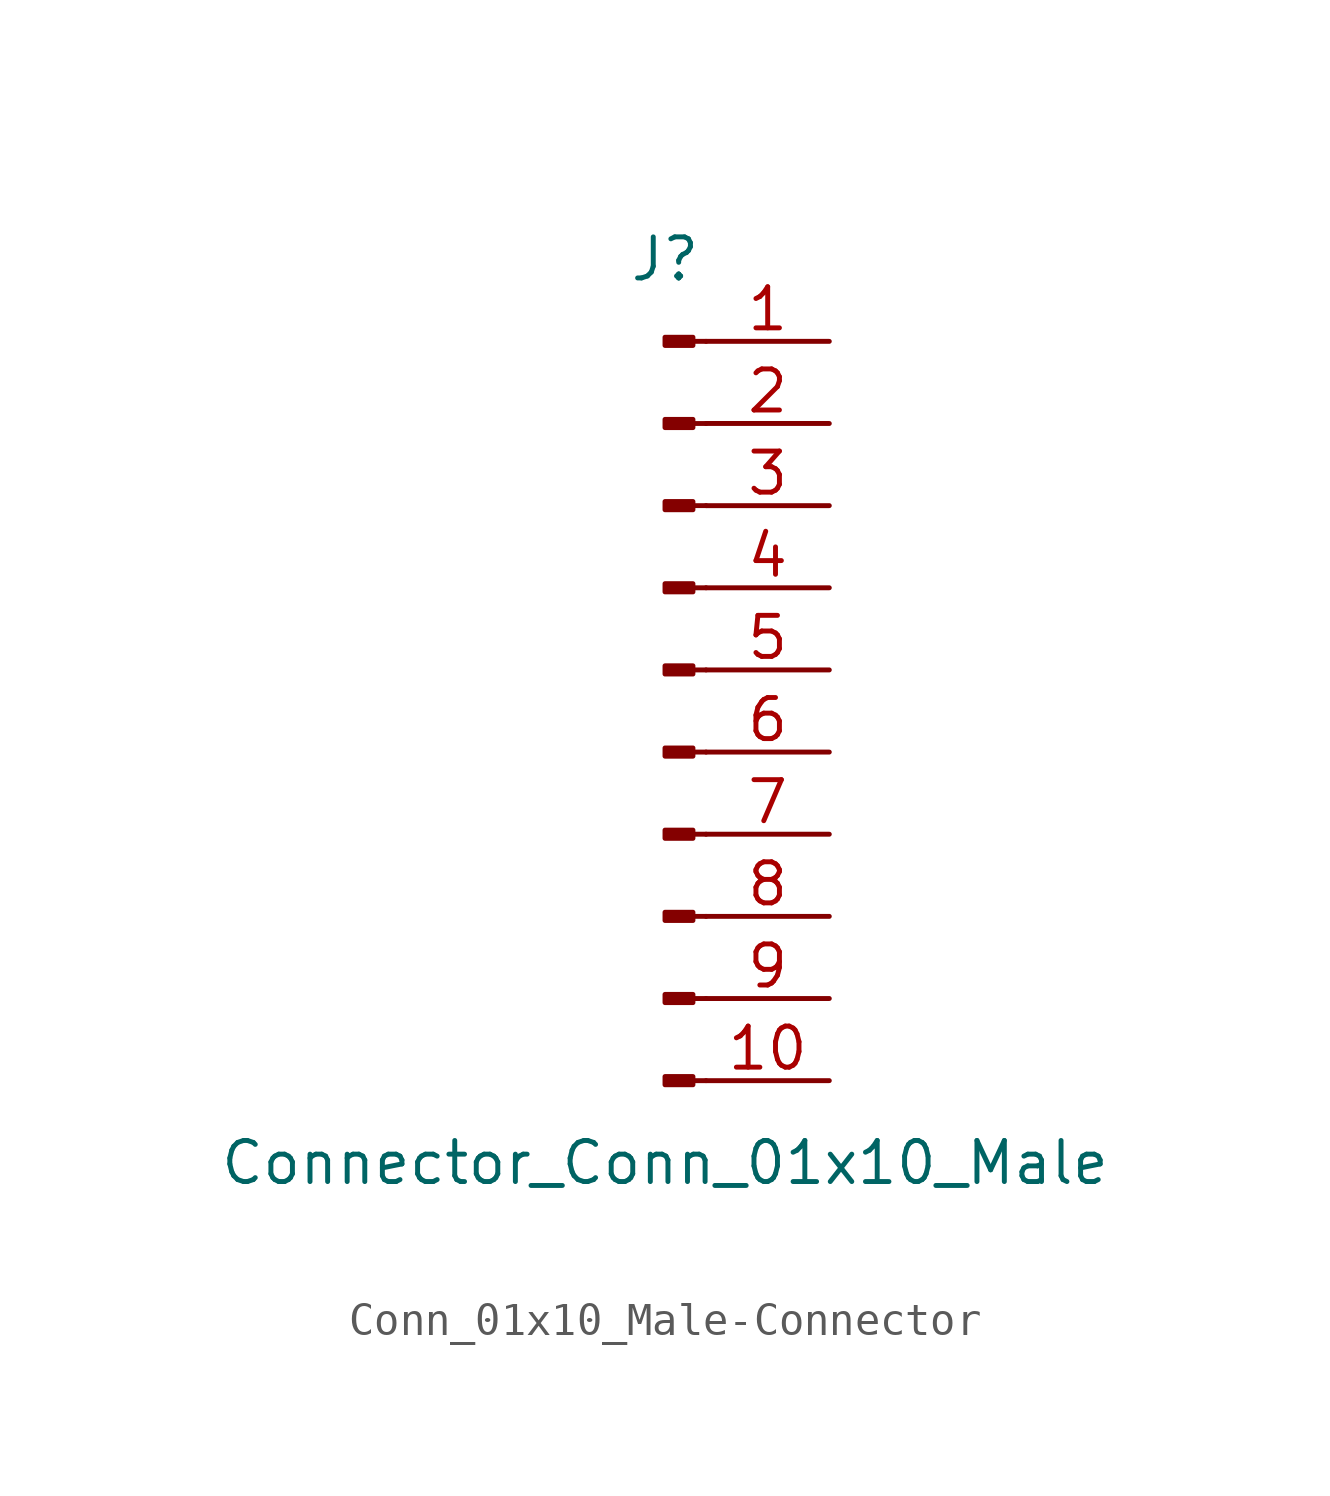
<source format=kicad_sym>
(kicad_symbol_lib
  (version 20220914)
  (generator kicad_symbol_editor)
  (symbol "Conn_01x10_Male-Connector"
    (pin_names
      (offset 1.016) hide)
    (property "Reference" "J"
      (at 0 12.7 0)
      (effects (font (size 1.27 1.27))))
    (property "Value" "Connector_Conn_01x10_Male"
      (at 0 -15.24 0)
      (effects (font (size 1.27 1.27))))
    (symbol "Conn_01x10_Male-Connector_1_1"
      (polyline (pts (xy 1.27 -12.7) (xy 0.864 -12.7)) (stroke (width 0.152) (type solid)) (fill (type none)))
      (polyline (pts (xy 1.27 -10.16) (xy 0.864 -10.16)) (stroke (width 0.152) (type solid)) (fill (type none)))
      (polyline (pts (xy 1.27 -7.62) (xy 0.864 -7.62)) (stroke (width 0.152) (type solid)) (fill (type none)))
      (polyline (pts (xy 1.27 -5.08) (xy 0.864 -5.08)) (stroke (width 0.152) (type solid)) (fill (type none)))
      (polyline (pts (xy 1.27 -2.54) (xy 0.864 -2.54)) (stroke (width 0.152) (type solid)) (fill (type none)))
      (polyline (pts (xy 1.27 0) (xy 0.864 0)) (stroke (width 0.152) (type solid)) (fill (type none)))
      (polyline (pts (xy 1.27 2.54) (xy 0.864 2.54)) (stroke (width 0.152) (type solid)) (fill (type none)))
      (polyline (pts (xy 1.27 5.08) (xy 0.864 5.08)) (stroke (width 0.152) (type solid)) (fill (type none)))
      (polyline (pts (xy 1.27 7.62) (xy 0.864 7.62)) (stroke (width 0.152) (type solid)) (fill (type none)))
      (polyline (pts (xy 1.27 10.16) (xy 0.864 10.16)) (stroke (width 0.152) (type solid)) (fill (type none)))
      (rectangle (start 0.864 -12.573) (end 0 -12.827) (stroke (width 0.152) (type solid)) (fill (type outline)))
      (rectangle (start 0.864 -10.033) (end 0 -10.287) (stroke (width 0.152) (type solid)) (fill (type outline)))
      (rectangle (start 0.864 -7.493) (end 0 -7.747) (stroke (width 0.152) (type solid)) (fill (type outline)))
      (rectangle (start 0.864 -4.953) (end 0 -5.207) (stroke (width 0.152) (type solid)) (fill (type outline)))
      (rectangle (start 0.864 -2.413) (end 0 -2.667) (stroke (width 0.152) (type solid)) (fill (type outline)))
      (rectangle (start 0.864 0.127) (end 0 -0.127) (stroke (width 0.152) (type solid)) (fill (type outline)))
      (rectangle (start 0.864 2.667) (end 0 2.413) (stroke (width 0.152) (type solid)) (fill (type outline)))
      (rectangle (start 0.864 5.207) (end 0 4.953) (stroke (width 0.152) (type solid)) (fill (type outline)))
      (rectangle (start 0.864 7.747) (end 0 7.493) (stroke (width 0.152) (type solid)) (fill (type outline)))
      (rectangle (start 0.864 10.287) (end 0 10.033) (stroke (width 0.152) (type solid)) (fill (type outline)))
      (pin passive line (at 5.08 10.16 180) (length 3.81) (name "Pin_1" (effects (font (size 1.27 1.27)))) (number "1" (effects (font (size 1.27 1.27)))))
      (pin passive line (at 5.08 -12.7 180) (length 3.81) (name "Pin_10" (effects (font (size 1.27 1.27)))) (number "10" (effects (font (size 1.27 1.27)))))
      (pin passive line (at 5.08 7.62 180) (length 3.81) (name "Pin_2" (effects (font (size 1.27 1.27)))) (number "2" (effects (font (size 1.27 1.27)))))
      (pin passive line (at 5.08 5.08 180) (length 3.81) (name "Pin_3" (effects (font (size 1.27 1.27)))) (number "3" (effects (font (size 1.27 1.27)))))
      (pin passive line (at 5.08 2.54 180) (length 3.81) (name "Pin_4" (effects (font (size 1.27 1.27)))) (number "4" (effects (font (size 1.27 1.27)))))
      (pin passive line (at 5.08 0 180) (length 3.81) (name "Pin_5" (effects (font (size 1.27 1.27)))) (number "5" (effects (font (size 1.27 1.27)))))
      (pin passive line (at 5.08 -2.54 180) (length 3.81) (name "Pin_6" (effects (font (size 1.27 1.27)))) (number "6" (effects (font (size 1.27 1.27)))))
      (pin passive line (at 5.08 -5.08 180) (length 3.81) (name "Pin_7" (effects (font (size 1.27 1.27)))) (number "7" (effects (font (size 1.27 1.27)))))
      (pin passive line (at 5.08 -7.62 180) (length 3.81) (name "Pin_8" (effects (font (size 1.27 1.27)))) (number "8" (effects (font (size 1.27 1.27)))))
      (pin passive line (at 5.08 -10.16 180) (length 3.81) (name "Pin_9" (effects (font (size 1.27 1.27)))) (number "9" (effects (font (size 1.27 1.27))))))))
</source>
